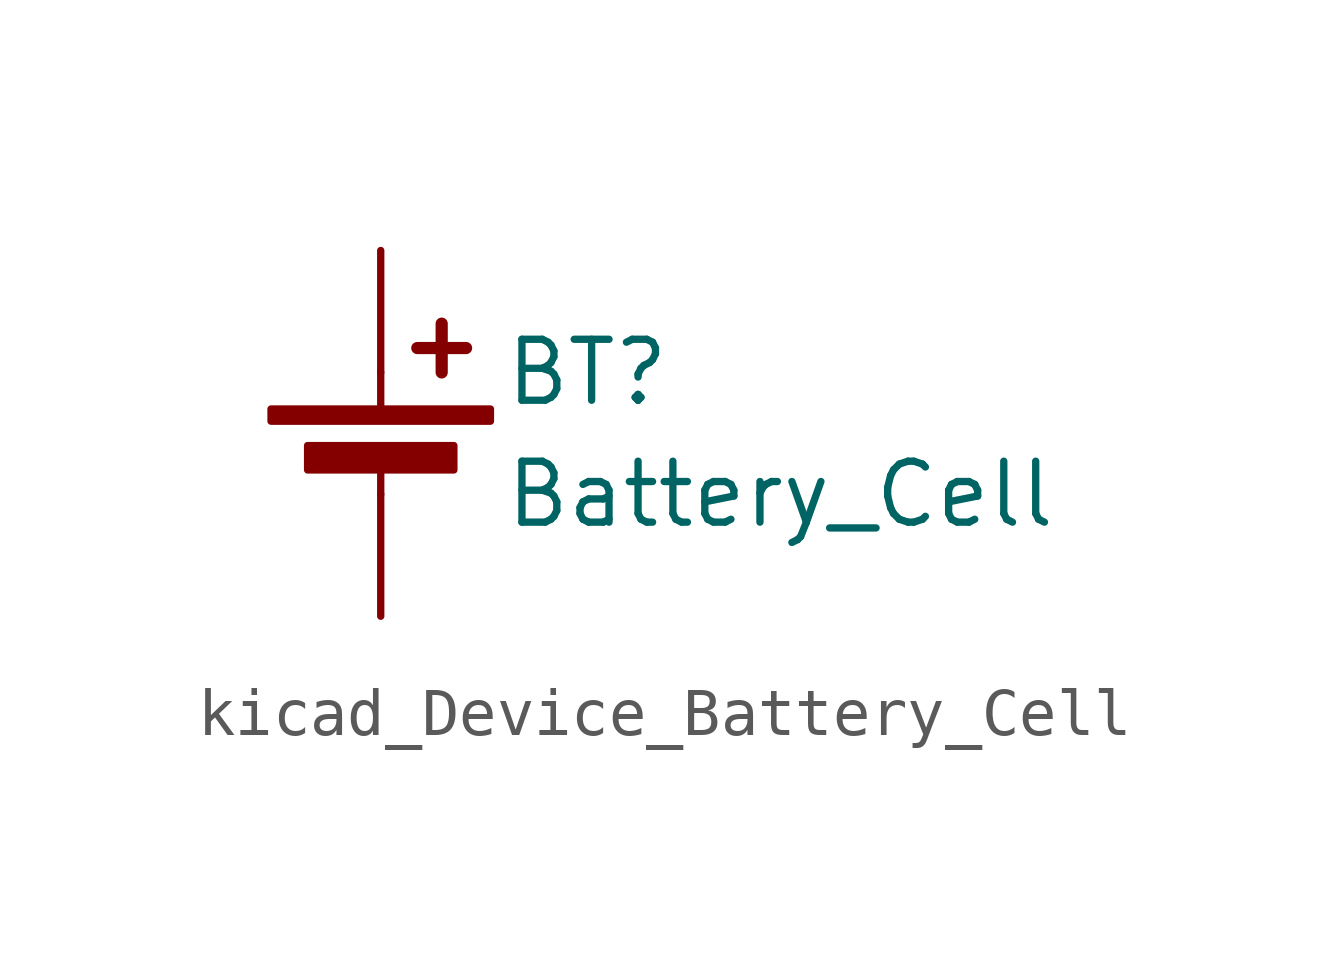
<source format=kicad_sym>
(kicad_symbol_lib
  (version 20220914)
  (generator kicad_symbol_editor)
  (symbol "kicad_Device_Battery_Cell"
    (pin_numbers hide)
    (pin_names
      (offset 0) hide)
    (property "Reference" "BT"
      (at 2.54 2.54 0)
      (effects (font (size 1.27 1.27)) (justify left)))
    (property "Value" "Battery_Cell"
      (at 2.54 0 0)
      (effects (font (size 1.27 1.27)) (justify left)))
    (symbol "kicad_Device_Battery_Cell_0_1"
      (rectangle (start -2.286 1.778) (end 2.286 1.524) (stroke (width 0) (type default)) (fill (type outline)))
      (rectangle (start -1.524 1.016) (end 1.524 0.508) (stroke (width 0) (type default)) (fill (type outline)))
      (polyline (pts (xy 0 0.762) (xy 0 0)) (stroke (width 0) (type default)) (fill (type none)))
      (polyline (pts (xy 0 1.778) (xy 0 2.54)) (stroke (width 0) (type default)) (fill (type none)))
      (polyline (pts (xy 0.762 3.048) (xy 1.778 3.048)) (stroke (width 0.254) (type default)) (fill (type none)))
      (polyline (pts (xy 1.27 3.556) (xy 1.27 2.54)) (stroke (width 0.254) (type default)) (fill (type none))))
    (symbol "kicad_Device_Battery_Cell_1_1"
      (pin passive line (at 0 5.08 270) (length 2.54) (name "+" (effects (font (size 1.27 1.27)))) (number "1" (effects (font (size 1.27 1.27)))))
      (pin passive line (at 0 -2.54 90) (length 2.54) (name "-" (effects (font (size 1.27 1.27)))) (number "2" (effects (font (size 1.27 1.27))))))))
</source>
